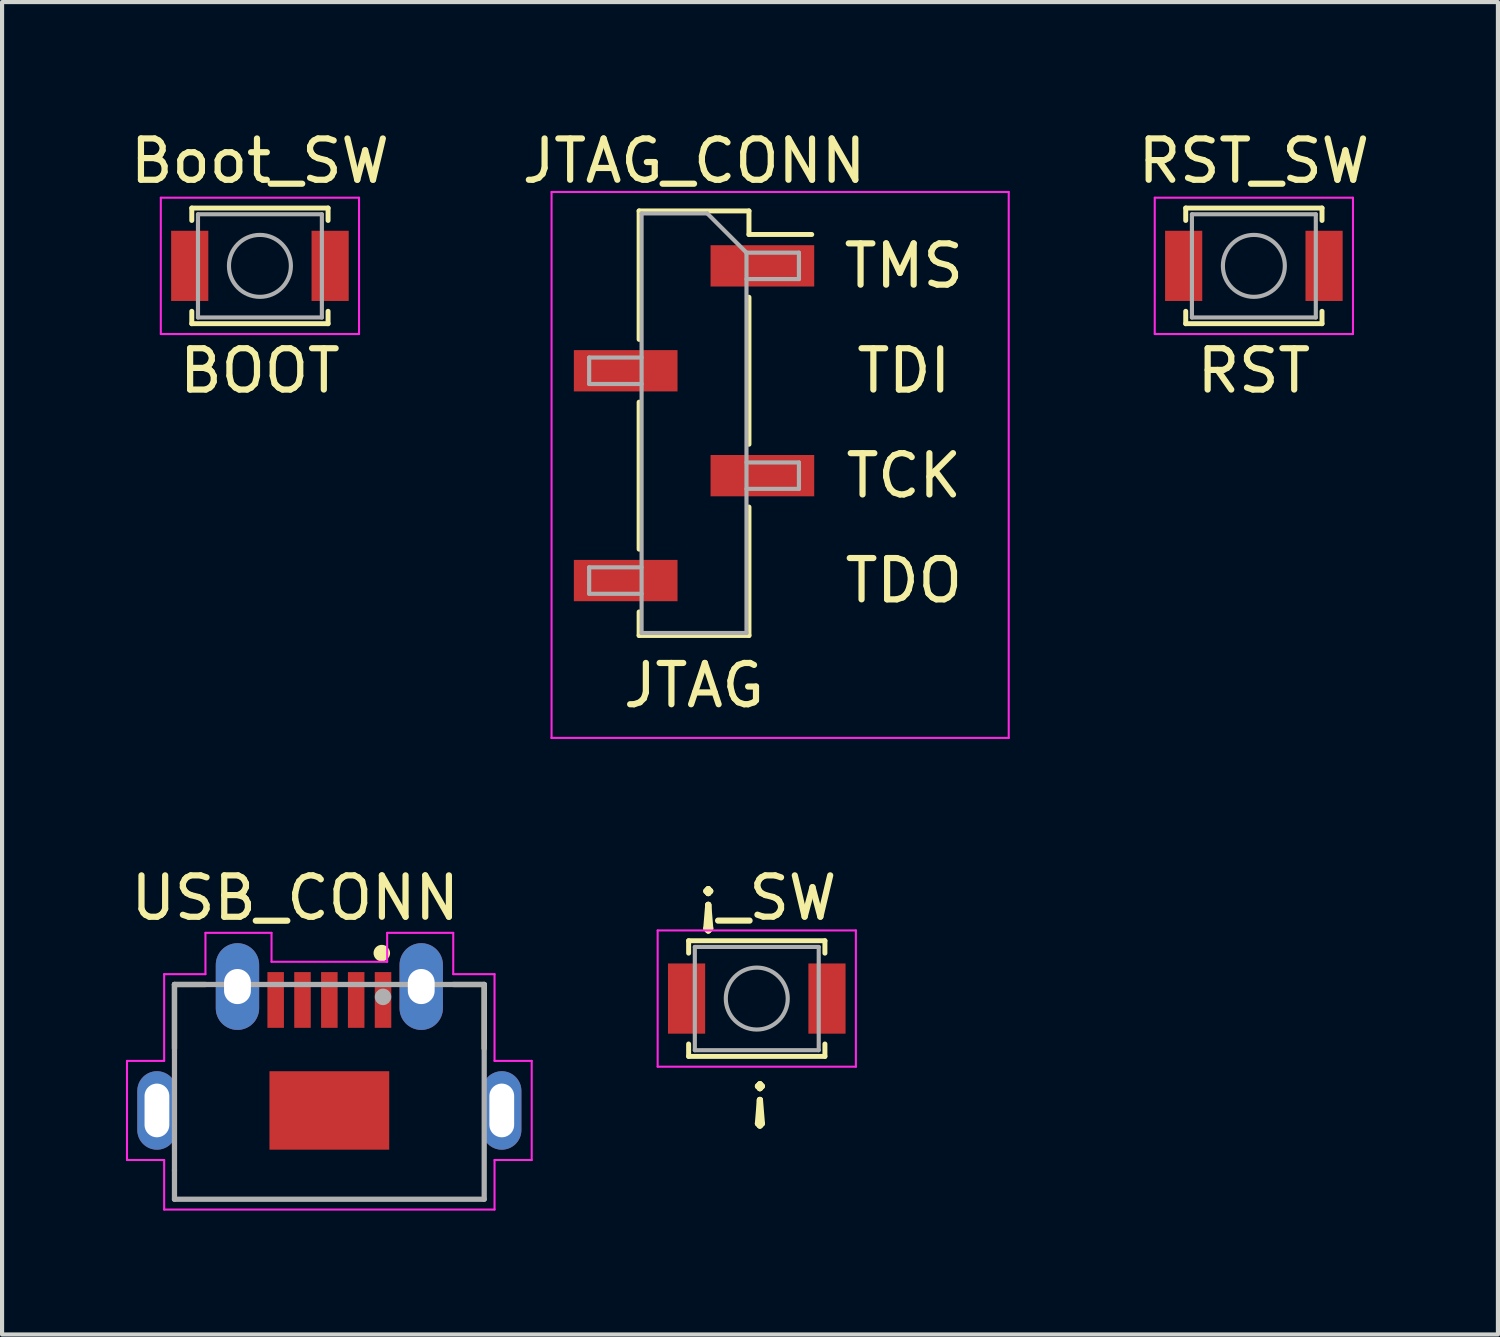
<source format=kicad_pcb>
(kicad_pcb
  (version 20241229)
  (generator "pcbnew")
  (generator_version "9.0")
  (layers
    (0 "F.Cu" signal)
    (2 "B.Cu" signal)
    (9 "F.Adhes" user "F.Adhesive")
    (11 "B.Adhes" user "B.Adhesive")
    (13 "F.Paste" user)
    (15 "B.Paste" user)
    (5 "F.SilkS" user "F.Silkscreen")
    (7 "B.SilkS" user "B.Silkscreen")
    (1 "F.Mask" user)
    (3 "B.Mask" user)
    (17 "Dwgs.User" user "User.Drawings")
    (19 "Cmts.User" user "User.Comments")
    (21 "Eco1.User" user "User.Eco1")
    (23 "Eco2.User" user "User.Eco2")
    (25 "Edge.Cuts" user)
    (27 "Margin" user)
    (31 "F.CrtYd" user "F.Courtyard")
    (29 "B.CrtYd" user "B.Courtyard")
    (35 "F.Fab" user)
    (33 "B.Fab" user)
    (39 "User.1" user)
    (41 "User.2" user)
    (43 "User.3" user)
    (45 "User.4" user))
  (footprint "Boot_SW"
    (layer "F.Cu")
    (at 3.244 3.388)
    (property "Reference" "Boot_SW" (at 0 -2.54 0) (layer "F.SilkS") (effects (font (size 1 1) (thickness 0.15))))
    (attr through_hole)
    (fp_line (start -1.65 -1.4) (end 1.65 -1.4) (stroke (width 0.12) (type solid)) (layer "F.SilkS"))
    (fp_line (start -1.65 -1.1) (end -1.65 -1.4) (stroke (width 0.12) (type solid)) (layer "F.SilkS"))
    (fp_line (start -1.65 1.1) (end -1.65 1.4) (stroke (width 0.12) (type solid)) (layer "F.SilkS"))
    (fp_line (start -1.65 1.4) (end 1.65 1.4) (stroke (width 0.12) (type solid)) (layer "F.SilkS"))
    (fp_line (start 1.65 -1.4) (end 1.65 -1.1) (stroke (width 0.12) (type solid)) (layer "F.SilkS"))
    (fp_line (start 1.65 1.4) (end 1.65 1.1) (stroke (width 0.12) (type solid)) (layer "F.SilkS"))
    (fp_line (start -2.4 -1.65) (end -2.4 1.65) (stroke (width 0.05) (type solid)) (layer "F.CrtYd"))
    (fp_line (start -2.4 1.65) (end 2.4 1.65) (stroke (width 0.05) (type solid)) (layer "F.CrtYd"))
    (fp_line (start 2.4 -1.65) (end -2.4 -1.65) (stroke (width 0.05) (type solid)) (layer "F.CrtYd"))
    (fp_line (start 2.4 1.65) (end 2.4 -1.65) (stroke (width 0.05) (type solid)) (layer "F.CrtYd"))
    (fp_line (start -1.5 -1.25) (end 1.5 -1.25) (stroke (width 0.1) (type solid)) (layer "F.Fab"))
    (fp_line (start -1.5 1.25) (end -1.5 -1.25) (stroke (width 0.1) (type solid)) (layer "F.Fab"))
    (fp_line (start 1.5 -1.25) (end 1.5 1.25) (stroke (width 0.1) (type solid)) (layer "F.Fab"))
    (fp_line (start 1.5 1.25) (end -1.5 1.25) (stroke (width 0.1) (type solid)) (layer "F.Fab"))
    (fp_circle (center 0 0) (end 0.75 0) (stroke (width 0.1) (type solid)) (fill no) (layer "F.Fab"))
    (fp_text user "BOOT" (at 0 2.54 0) (layer "F.SilkS") (effects (font (size 1 1) (thickness 0.15))))
    (pad "1" smd rect (at -1.7 0) (size 0.9 1.7) (layers "F.Cu" "F.Mask" "F.Paste"))
    (pad "2" smd rect (at 1.7 0) (size 0.9 1.7) (layers "F.Cu" "F.Mask" "F.Paste")))
  (footprint "USB_CONN"
    (layer "F.Cu")
    (at 4.925 23.839)
    (property "Reference" "USB_CONN" (at -0.827 -5.146 0) (layer "F.SilkS") (effects (font (size 1.002 1.002) (thickness 0.15))))
    (attr smd)
    (fp_line (start -3.75 -3.05) (end -3.75 -1.5) (stroke (width 0.127) (type solid)) (layer "F.SilkS"))
    (fp_line (start -3 -3.05) (end -3.75 -3.05) (stroke (width 0.127) (type solid)) (layer "F.SilkS"))
    (fp_line (start 3 -3.05) (end 3.75 -3.05) (stroke (width 0.127) (type solid)) (layer "F.SilkS"))
    (fp_line (start 3.75 -3.05) (end 3.75 -1.5) (stroke (width 0.127) (type solid)) (layer "F.SilkS"))
    (fp_circle (center 1.27 -3.81) (end 1.37 -3.81) (stroke (width 0.2) (type solid)) (fill no) (layer "F.SilkS"))
    (fp_line (start -4.9 -1.2) (end -4 -1.2) (stroke (width 0.05) (type solid)) (layer "F.CrtYd"))
    (fp_line (start -4.9 1.2) (end -4.9 -1.2) (stroke (width 0.05) (type solid)) (layer "F.CrtYd"))
    (fp_line (start -4 -3.3) (end -3 -3.3) (stroke (width 0.05) (type solid)) (layer "F.CrtYd"))
    (fp_line (start -4 -1.2) (end -4 -3.3) (stroke (width 0.05) (type solid)) (layer "F.CrtYd"))
    (fp_line (start -4 1.2) (end -4.9 1.2) (stroke (width 0.05) (type solid)) (layer "F.CrtYd"))
    (fp_line (start -4 2.4) (end -4 1.2) (stroke (width 0.05) (type solid)) (layer "F.CrtYd"))
    (fp_line (start -3 -4.3) (end -1.4 -4.3) (stroke (width 0.05) (type solid)) (layer "F.CrtYd"))
    (fp_line (start -3 -3.3) (end -3 -4.3) (stroke (width 0.05) (type solid)) (layer "F.CrtYd"))
    (fp_line (start -1.4 -4.3) (end -1.4 -3.6) (stroke (width 0.05) (type solid)) (layer "F.CrtYd"))
    (fp_line (start -1.4 -3.6) (end 1.4 -3.6) (stroke (width 0.05) (type solid)) (layer "F.CrtYd"))
    (fp_line (start 1.4 -4.3) (end 3 -4.3) (stroke (width 0.05) (type solid)) (layer "F.CrtYd"))
    (fp_line (start 1.4 -3.6) (end 1.4 -4.3) (stroke (width 0.05) (type solid)) (layer "F.CrtYd"))
    (fp_line (start 3 -4.3) (end 3 -3.3) (stroke (width 0.05) (type solid)) (layer "F.CrtYd"))
    (fp_line (start 3 -3.3) (end 4 -3.3) (stroke (width 0.05) (type solid)) (layer "F.CrtYd"))
    (fp_line (start 4 -3.3) (end 4 -1.2) (stroke (width 0.05) (type solid)) (layer "F.CrtYd"))
    (fp_line (start 4 -1.2) (end 4.9 -1.2) (stroke (width 0.05) (type solid)) (layer "F.CrtYd"))
    (fp_line (start 4 1.2) (end 4 2.4) (stroke (width 0.05) (type solid)) (layer "F.CrtYd"))
    (fp_line (start 4 2.4) (end -4 2.4) (stroke (width 0.05) (type solid)) (layer "F.CrtYd"))
    (fp_line (start 4.9 -1.2) (end 4.9 1.2) (stroke (width 0.05) (type solid)) (layer "F.CrtYd"))
    (fp_line (start 4.9 1.2) (end 4 1.2) (stroke (width 0.05) (type solid)) (layer "F.CrtYd"))
    (fp_line (start -3.75 -3.05) (end 3.75 -3.05) (stroke (width 0.127) (type solid)) (layer "F.Fab"))
    (fp_line (start -3.75 1.45) (end -3.75 -3.05) (stroke (width 0.127) (type solid)) (layer "F.Fab"))
    (fp_line (start -3.75 2.15) (end -3.75 1.45) (stroke (width 0.127) (type solid)) (layer "F.Fab"))
    (fp_line (start 3.75 -3.05) (end 3.75 2.15) (stroke (width 0.127) (type solid)) (layer "F.Fab"))
    (fp_line (start 3.75 2.15) (end -3.75 2.15) (stroke (width 0.127) (type solid)) (layer "F.Fab"))
    (fp_circle (center 1.3 -2.75) (end 1.4 -2.75) (stroke (width 0.2) (type solid)) (fill no) (layer "F.Fab"))
    (pad "1" smd rect (at 1.3 -2.675 90) (size 1.35 0.4) (layers "F.Cu" "F.Mask" "F.Paste"))
    (pad "2" smd rect (at 0.65 -2.675 90) (size 1.35 0.4) (layers "F.Cu" "F.Mask" "F.Paste"))
    (pad "3" smd rect (at 0 -2.675 90) (size 1.35 0.4) (layers "F.Cu" "F.Mask" "F.Paste"))
    (pad "4" smd rect (at -0.65 -2.675 90) (size 1.35 0.4) (layers "F.Cu" "F.Mask" "F.Paste"))
    (pad "5" smd rect (at -1.3 -2.675 90) (size 1.35 0.4) (layers "F.Cu" "F.Mask" "F.Paste"))
    (pad "6" thru_hole oval (at -4.175 0) (size 0.95 1.9) (drill oval 0.6 1.3) (layers "*.Cu" "*.Mask"))
    (pad "6" thru_hole oval (at -2.225 -3) (size 1.05 2.1) (drill oval 0.65 0.85) (layers "*.Cu" "*.Mask"))
    (pad "6" smd rect (at 0 0 90) (size 1.9 2.9) (layers "F.Cu" "F.Mask" "F.Paste"))
    (pad "6" thru_hole oval (at 2.225 -3) (size 1.05 2.1) (drill oval 0.65 0.85) (layers "*.Cu" "*.Mask"))
    (pad "6" thru_hole oval (at 4.175 0) (size 0.95 1.9) (drill oval 0.6 1.3) (layers "*.Cu" "*.Mask")))
  (footprint "¡_SW"
    (layer "F.Cu")
    (at 15.275 21.232)
    (property "Reference" "¡_SW" (at 0.254 -2.54 0) (layer "F.SilkS") (effects (font (size 1 1) (thickness 0.15))))
    (attr through_hole)
    (fp_line (start -1.65 -1.502) (end 1.65 -1.502) (stroke (width 0.12) (type solid)) (layer "F.SilkS"))
    (fp_line (start -1.65 -1.202) (end -1.65 -1.502) (stroke (width 0.12) (type solid)) (layer "F.SilkS"))
    (fp_line (start -1.65 0.998) (end -1.65 1.298) (stroke (width 0.12) (type solid)) (layer "F.SilkS"))
    (fp_line (start -1.65 1.298) (end 1.65 1.298) (stroke (width 0.12) (type solid)) (layer "F.SilkS"))
    (fp_line (start 1.65 -1.502) (end 1.65 -1.202) (stroke (width 0.12) (type solid)) (layer "F.SilkS"))
    (fp_line (start 1.65 1.298) (end 1.65 0.998) (stroke (width 0.12) (type solid)) (layer "F.SilkS"))
    (fp_line (start -2.4 -1.752) (end -2.4 1.548) (stroke (width 0.05) (type solid)) (layer "F.CrtYd"))
    (fp_line (start -2.4 1.548) (end 2.4 1.548) (stroke (width 0.05) (type solid)) (layer "F.CrtYd"))
    (fp_line (start 2.4 -1.752) (end -2.4 -1.752) (stroke (width 0.05) (type solid)) (layer "F.CrtYd"))
    (fp_line (start 2.4 1.548) (end 2.4 -1.752) (stroke (width 0.05) (type solid)) (layer "F.CrtYd"))
    (fp_line (start -1.5 -1.352) (end 1.5 -1.352) (stroke (width 0.1) (type solid)) (layer "F.Fab"))
    (fp_line (start -1.5 1.148) (end -1.5 -1.352) (stroke (width 0.1) (type solid)) (layer "F.Fab"))
    (fp_line (start 1.5 -1.352) (end 1.5 1.148) (stroke (width 0.1) (type solid)) (layer "F.Fab"))
    (fp_line (start 1.5 1.148) (end -1.5 1.148) (stroke (width 0.1) (type solid)) (layer "F.Fab"))
    (fp_circle (center 0 -0.102) (end 0.75 -0.102) (stroke (width 0.1) (type solid)) (fill no) (layer "F.Fab"))
    (fp_text user "¡" (at 0.076 2.184 0) (layer "F.SilkS") (effects (font (size 1 1) (thickness 0.15))))
    (pad "1" smd rect (at -1.7 -0.102) (size 0.9 1.7) (layers "F.Cu" "F.Mask" "F.Paste"))
    (pad "2" smd rect (at 1.7 -0.102) (size 0.9 1.7) (layers "F.Cu" "F.Mask" "F.Paste")))
  (footprint "RST_SW"
    (layer "F.Cu")
    (at 27.312 3.388)
    (property "Reference" "RST_SW" (at 0 -2.54 0) (layer "F.SilkS") (effects (font (size 1 1) (thickness 0.15))))
    (attr through_hole)
    (fp_line (start -1.65 -1.4) (end 1.65 -1.4) (stroke (width 0.12) (type solid)) (layer "F.SilkS"))
    (fp_line (start -1.65 -1.1) (end -1.65 -1.4) (stroke (width 0.12) (type solid)) (layer "F.SilkS"))
    (fp_line (start -1.65 1.1) (end -1.65 1.4) (stroke (width 0.12) (type solid)) (layer "F.SilkS"))
    (fp_line (start -1.65 1.4) (end 1.65 1.4) (stroke (width 0.12) (type solid)) (layer "F.SilkS"))
    (fp_line (start 1.65 -1.4) (end 1.65 -1.1) (stroke (width 0.12) (type solid)) (layer "F.SilkS"))
    (fp_line (start 1.65 1.4) (end 1.65 1.1) (stroke (width 0.12) (type solid)) (layer "F.SilkS"))
    (fp_line (start -2.4 -1.65) (end -2.4 1.65) (stroke (width 0.05) (type solid)) (layer "F.CrtYd"))
    (fp_line (start -2.4 1.65) (end 2.4 1.65) (stroke (width 0.05) (type solid)) (layer "F.CrtYd"))
    (fp_line (start 2.4 -1.65) (end -2.4 -1.65) (stroke (width 0.05) (type solid)) (layer "F.CrtYd"))
    (fp_line (start 2.4 1.65) (end 2.4 -1.65) (stroke (width 0.05) (type solid)) (layer "F.CrtYd"))
    (fp_line (start -1.5 -1.25) (end 1.5 -1.25) (stroke (width 0.1) (type solid)) (layer "F.Fab"))
    (fp_line (start -1.5 1.25) (end -1.5 -1.25) (stroke (width 0.1) (type solid)) (layer "F.Fab"))
    (fp_line (start 1.5 -1.25) (end 1.5 1.25) (stroke (width 0.1) (type solid)) (layer "F.Fab"))
    (fp_line (start 1.5 1.25) (end -1.5 1.25) (stroke (width 0.1) (type solid)) (layer "F.Fab"))
    (fp_circle (center 0 0) (end 0.75 0) (stroke (width 0.1) (type solid)) (fill no) (layer "F.Fab"))
    (fp_text user "RST" (at 0 2.54 0) (layer "F.SilkS") (effects (font (size 1 1) (thickness 0.15))))
    (pad "1" smd rect (at -1.7 0) (size 0.9 1.7) (layers "F.Cu" "F.Mask" "F.Paste"))
    (pad "2" smd rect (at 1.7 0) (size 0.9 1.7) (layers "F.Cu" "F.Mask" "F.Paste")))
  (footprint "JTAG_CONN"
    (layer "F.Cu")
    (at 13.756 7.198)
    (property "Reference" "JTAG_CONN" (at 0 -6.35 0) (layer "F.SilkS") (effects (font (size 1 1) (thickness 0.15))))
    (attr smd)
    (fp_line (start -1.33 -5.14) (end -1.33 -2.03) (stroke (width 0.12) (type solid)) (layer "F.SilkS"))
    (fp_line (start -1.33 -5.14) (end 1.33 -5.14) (stroke (width 0.12) (type solid)) (layer "F.SilkS"))
    (fp_line (start -1.33 -0.51) (end -1.33 3.05) (stroke (width 0.12) (type solid)) (layer "F.SilkS"))
    (fp_line (start -1.33 4.57) (end -1.33 5.14) (stroke (width 0.12) (type solid)) (layer "F.SilkS"))
    (fp_line (start -1.33 5.14) (end 1.33 5.14) (stroke (width 0.12) (type solid)) (layer "F.SilkS"))
    (fp_line (start 1.33 -5.14) (end 1.33 -4.57) (stroke (width 0.12) (type solid)) (layer "F.SilkS"))
    (fp_line (start 1.33 -4.57) (end 2.85 -4.57) (stroke (width 0.12) (type solid)) (layer "F.SilkS"))
    (fp_line (start 1.33 -3.05) (end 1.33 0.51) (stroke (width 0.12) (type solid)) (layer "F.SilkS"))
    (fp_line (start 1.33 2.03) (end 1.33 5.14) (stroke (width 0.12) (type solid)) (layer "F.SilkS"))
    (fp_line (start -3.45 -5.6) (end -3.45 7.62) (stroke (width 0.05) (type solid)) (layer "F.CrtYd"))
    (fp_line (start -3.45 7.62) (end -3.45 7.62) (stroke (width 0.05) (type solid)) (layer "F.CrtYd"))
    (fp_line (start -3.45 7.62) (end 7.62 7.62) (stroke (width 0.05) (type solid)) (layer "F.CrtYd"))
    (fp_line (start 3.45 -5.6) (end -3.45 -5.6) (stroke (width 0.05) (type solid)) (layer "F.CrtYd"))
    (fp_line (start 7.62 -5.6) (end 3.45 -5.6) (stroke (width 0.05) (type solid)) (layer "F.CrtYd"))
    (fp_line (start 7.62 7.62) (end 7.62 -5.6) (stroke (width 0.05) (type solid)) (layer "F.CrtYd"))
    (fp_line (start -2.54 -1.59) (end -2.54 -0.95) (stroke (width 0.1) (type solid)) (layer "F.Fab"))
    (fp_line (start -2.54 -0.95) (end -1.27 -0.95) (stroke (width 0.1) (type solid)) (layer "F.Fab"))
    (fp_line (start -2.54 3.49) (end -2.54 4.13) (stroke (width 0.1) (type solid)) (layer "F.Fab"))
    (fp_line (start -2.54 4.13) (end -1.27 4.13) (stroke (width 0.1) (type solid)) (layer "F.Fab"))
    (fp_line (start -1.27 -5.08) (end -1.27 5.08) (stroke (width 0.1) (type solid)) (layer "F.Fab"))
    (fp_line (start -1.27 -5.08) (end 0.32 -5.08) (stroke (width 0.1) (type solid)) (layer "F.Fab"))
    (fp_line (start -1.27 -1.59) (end -2.54 -1.59) (stroke (width 0.1) (type solid)) (layer "F.Fab"))
    (fp_line (start -1.27 3.49) (end -2.54 3.49) (stroke (width 0.1) (type solid)) (layer "F.Fab"))
    (fp_line (start 1.27 -4.13) (end 0.32 -5.08) (stroke (width 0.1) (type solid)) (layer "F.Fab"))
    (fp_line (start 1.27 -4.13) (end 2.54 -4.13) (stroke (width 0.1) (type solid)) (layer "F.Fab"))
    (fp_line (start 1.27 0.95) (end 2.54 0.95) (stroke (width 0.1) (type solid)) (layer "F.Fab"))
    (fp_line (start 1.27 5.08) (end -1.27 5.08) (stroke (width 0.1) (type solid)) (layer "F.Fab"))
    (fp_line (start 1.27 5.08) (end 1.27 -4.13) (stroke (width 0.1) (type solid)) (layer "F.Fab"))
    (fp_line (start 2.54 -4.13) (end 2.54 -3.49) (stroke (width 0.1) (type solid)) (layer "F.Fab"))
    (fp_line (start 2.54 -3.49) (end 1.27 -3.49) (stroke (width 0.1) (type solid)) (layer "F.Fab"))
    (fp_line (start 2.54 0.95) (end 2.54 1.59) (stroke (width 0.1) (type solid)) (layer "F.Fab"))
    (fp_line (start 2.54 1.59) (end 1.27 1.59) (stroke (width 0.1) (type solid)) (layer "F.Fab"))
    (fp_text user "TDO" (at 5.08 3.81 0) (layer "F.SilkS") (effects (font (size 1 1) (thickness 0.15))))
    (fp_text user "TCK" (at 5.08 1.27 0) (layer "F.SilkS") (effects (font (size 1 1) (thickness 0.15))))
    (fp_text user "TDI" (at 5.08 -1.27 0) (layer "F.SilkS") (effects (font (size 1 1) (thickness 0.15))))
    (fp_text user "JTAG" (at 0 6.35 0) (layer "F.SilkS") (effects (font (size 1 1) (thickness 0.15))))
    (fp_text user "TMS" (at 5.08 -3.81 0) (layer "F.SilkS") (effects (font (size 1 1) (thickness 0.15))))
    (pad "1" smd rect (at 1.655 -3.81) (size 2.51 1) (layers "F.Cu" "F.Mask" "F.Paste"))
    (pad "2" smd rect (at -1.655 -1.27) (size 2.51 1) (layers "F.Cu" "F.Mask" "F.Paste"))
    (pad "3" smd rect (at 1.655 1.27) (size 2.51 1) (layers "F.Cu" "F.Mask" "F.Paste"))
    (pad "4" smd rect (at -1.655 3.81) (size 2.51 1) (layers "F.Cu" "F.Mask" "F.Paste")))
  (gr_rect
    (start -3 -3)
    (end 33.222 29.264)
    (stroke (width 0.1) (type default))
    (fill no)
    (layer "Edge.Cuts")))
</source>
